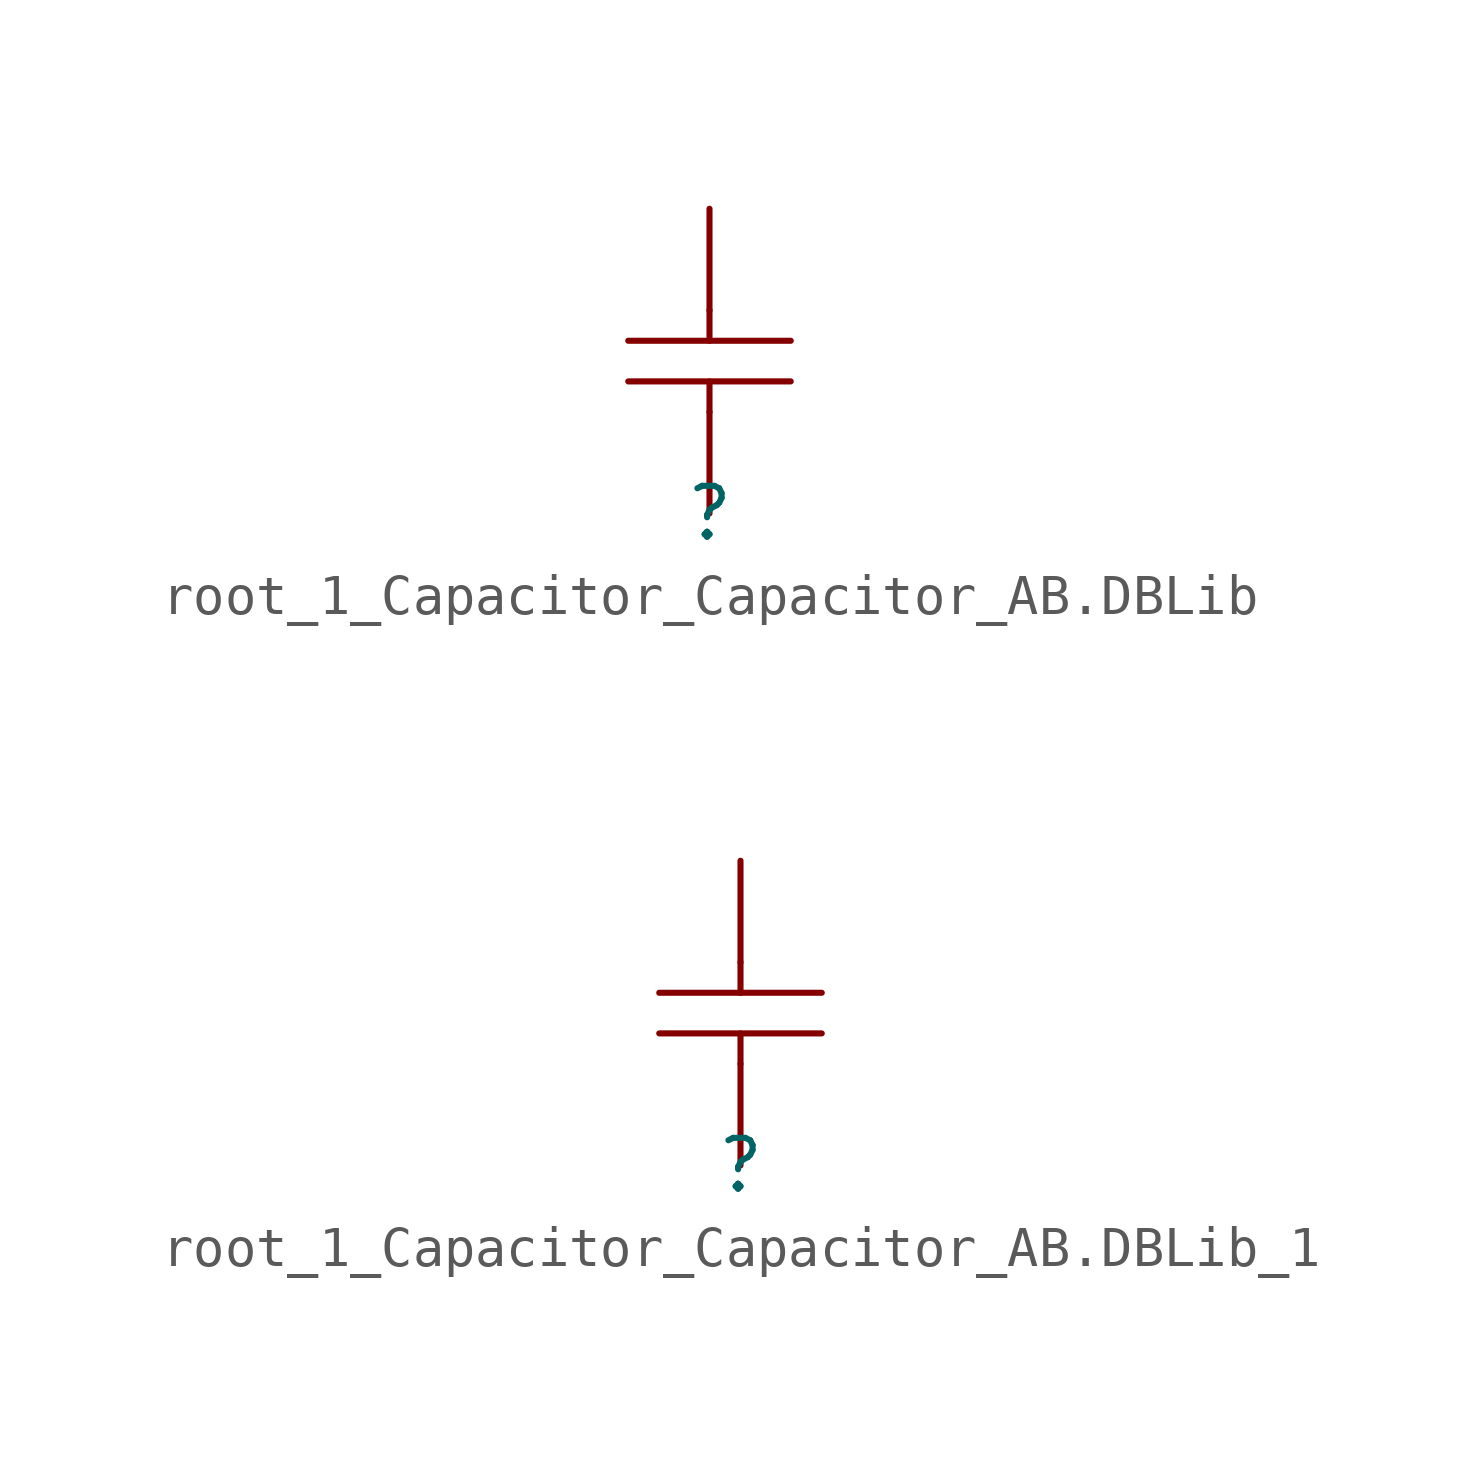
<source format=kicad_sym>
(kicad_symbol_lib
  (version 20241209)
  (generator "kicad_symbol_editor")
  (generator_version "9.0")
  (symbol "root_1_Capacitor_Capacitor_AB.DBLib"
    (pin_numbers
      (hide yes))
    (pin_names
      (hide yes))
    (property "Reference" ""
      (at 0 0 0)
      (effects (font (size 1.27 1.27))))
    (property "Value" ""
      (at 0 0 0)
      (effects (font (size 1.27 1.27))))
    (symbol "root_1_Capacitor_Capacitor_AB.DBLib_1_0"
      (polyline (pts (xy -2.032 4.318) (xy 2.032 4.318)) (stroke (width 0) (type solid)) (fill (type none)))
      (polyline (pts (xy 0 5.08) (xy 0 4.318)) (stroke (width 0) (type solid)) (fill (type none)))
      (polyline (pts (xy 0 2.54) (xy 0 3.302)) (stroke (width 0) (type solid)) (fill (type none)))
      (polyline (pts (xy 2.032 3.302) (xy -2.032 3.302)) (stroke (width 0) (type solid)) (fill (type none)))
      (pin passive line (at 0 7.62 270) (length 2.54) (name "2" (effects (font (size 1.27 1.27)))) (number "2" (effects (font (size 1.27 1.27)))))
      (pin passive line (at 0 0 90) (length 2.54) (name "1" (effects (font (size 1.27 1.27)))) (number "1" (effects (font (size 1.27 1.27)))))))
  (symbol "root_1_Capacitor_Capacitor_AB.DBLib_1"
    (pin_numbers
      (hide yes))
    (pin_names
      (hide yes))
    (property "Reference" ""
      (at 0 0 0)
      (effects (font (size 1.27 1.27))))
    (property "Value" ""
      (at 0 0 0)
      (effects (font (size 1.27 1.27))))
    (symbol "root_1_Capacitor_Capacitor_AB.DBLib_1_1_0"
      (polyline (pts (xy -2.032 4.318) (xy 2.032 4.318)) (stroke (width 0) (type solid)) (fill (type none)))
      (polyline (pts (xy 0 5.08) (xy 0 4.318)) (stroke (width 0) (type solid)) (fill (type none)))
      (polyline (pts (xy 0 2.54) (xy 0 3.302)) (stroke (width 0) (type solid)) (fill (type none)))
      (polyline (pts (xy 2.032 3.302) (xy -2.032 3.302)) (stroke (width 0) (type solid)) (fill (type none)))
      (pin passive line (at 0 7.62 270) (length 2.54) (name "2" (effects (font (size 1.27 1.27)))) (number "2" (effects (font (size 1.27 1.27)))))
      (pin passive line (at 0 0 90) (length 2.54) (name "1" (effects (font (size 1.27 1.27)))) (number "1" (effects (font (size 1.27 1.27))))))))
</source>
